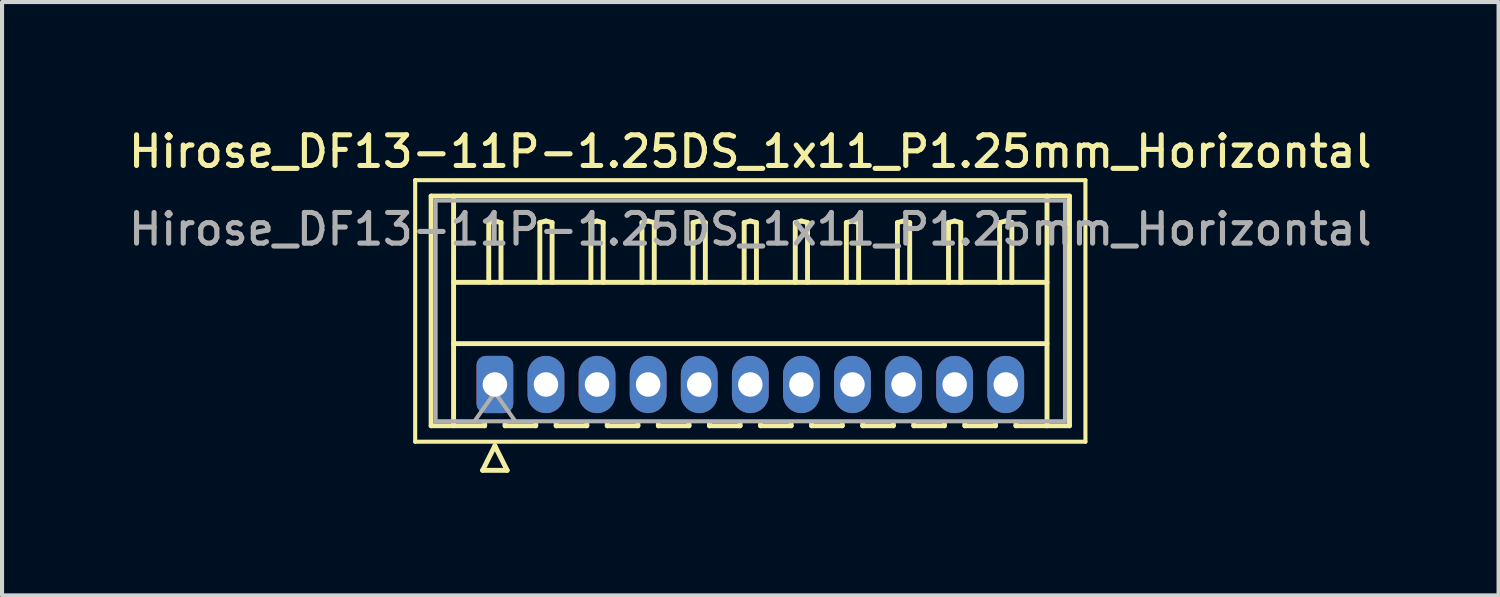
<source format=kicad_pcb>
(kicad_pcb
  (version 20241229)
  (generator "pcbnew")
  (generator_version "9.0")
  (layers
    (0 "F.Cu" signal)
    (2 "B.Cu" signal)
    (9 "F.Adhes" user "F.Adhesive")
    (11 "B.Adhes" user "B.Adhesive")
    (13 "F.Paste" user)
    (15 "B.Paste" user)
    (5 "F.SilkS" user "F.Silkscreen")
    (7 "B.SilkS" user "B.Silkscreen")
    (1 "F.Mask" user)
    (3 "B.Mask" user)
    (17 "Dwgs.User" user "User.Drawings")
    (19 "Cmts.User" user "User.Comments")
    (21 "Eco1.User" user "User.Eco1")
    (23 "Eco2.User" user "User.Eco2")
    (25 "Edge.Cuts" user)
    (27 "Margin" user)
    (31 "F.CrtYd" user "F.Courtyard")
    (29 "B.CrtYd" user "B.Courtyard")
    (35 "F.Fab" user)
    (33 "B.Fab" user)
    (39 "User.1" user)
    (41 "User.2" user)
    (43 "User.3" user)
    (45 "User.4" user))
  (footprint "Hirose_DF13-11P-1.25DS_1x11_P1.25mm_Horizontal"
    (layer "F.Cu")
    (at 9.059 6.358)
    (property "Reference" "Hirose_DF13-11P-1.25DS_1x11_P1.25mm_Horizontal" (at 6.25 -5.7 0) (layer "F.SilkS") (effects (font (size 0.75 0.75) (thickness 0.125))))
    (attr through_hole)
    (fp_line (start -1.95 -5) (end -1.95 1.4) (stroke (width 0.1) (type solid)) (layer "F.SilkS"))
    (fp_line (start -1.95 1.4) (end 14.45 1.4) (stroke (width 0.1) (type solid)) (layer "F.SilkS"))
    (fp_line (start -1.56 -4.61) (end 14.06 -4.61) (stroke (width 0.12) (type solid)) (layer "F.SilkS"))
    (fp_line (start -1.56 1.01) (end -1.56 -4.61) (stroke (width 0.12) (type solid)) (layer "F.SilkS"))
    (fp_line (start -1.01 -4.61) (end -1.01 1.01) (stroke (width 0.12) (type solid)) (layer "F.SilkS"))
    (fp_line (start -1.01 -2.5) (end 13.51 -2.5) (stroke (width 0.12) (type solid)) (layer "F.SilkS"))
    (fp_line (start -1.01 -1) (end 13.51 -1) (stroke (width 0.12) (type solid)) (layer "F.SilkS"))
    (fp_line (start -0.3 2.1) (end 0.3 2.1) (stroke (width 0.12) (type solid)) (layer "F.SilkS"))
    (fp_line (start -0.25 0.96) (end -0.25 1.01) (stroke (width 0.12) (type solid)) (layer "F.SilkS"))
    (fp_line (start -0.25 1.01) (end -1.56 1.01) (stroke (width 0.12) (type solid)) (layer "F.SilkS"))
    (fp_line (start -0.15 -3.962) (end 0 -4) (stroke (width 0.12) (type solid)) (layer "F.SilkS"))
    (fp_line (start -0.15 -2.5) (end -0.15 -3.962) (stroke (width 0.12) (type solid)) (layer "F.SilkS"))
    (fp_line (start 0 -4) (end 0.15 -3.962) (stroke (width 0.12) (type solid)) (layer "F.SilkS"))
    (fp_line (start 0 1.5) (end -0.3 2.1) (stroke (width 0.12) (type solid)) (layer "F.SilkS"))
    (fp_line (start 0.15 -3.962) (end 0.15 -2.5) (stroke (width 0.12) (type solid)) (layer "F.SilkS"))
    (fp_line (start 0.25 0.96) (end 0.25 1.01) (stroke (width 0.12) (type solid)) (layer "F.SilkS"))
    (fp_line (start 0.25 1.01) (end 1 1.01) (stroke (width 0.12) (type solid)) (layer "F.SilkS"))
    (fp_line (start 0.3 2.1) (end 0 1.5) (stroke (width 0.12) (type solid)) (layer "F.SilkS"))
    (fp_line (start 1 1.01) (end 1 0.96) (stroke (width 0.12) (type solid)) (layer "F.SilkS"))
    (fp_line (start 1.1 -3.962) (end 1.25 -4) (stroke (width 0.12) (type solid)) (layer "F.SilkS"))
    (fp_line (start 1.1 -2.5) (end 1.1 -3.962) (stroke (width 0.12) (type solid)) (layer "F.SilkS"))
    (fp_line (start 1.25 -4) (end 1.4 -3.962) (stroke (width 0.12) (type solid)) (layer "F.SilkS"))
    (fp_line (start 1.4 -3.962) (end 1.4 -2.5) (stroke (width 0.12) (type solid)) (layer "F.SilkS"))
    (fp_line (start 1.5 0.96) (end 1.5 1.01) (stroke (width 0.12) (type solid)) (layer "F.SilkS"))
    (fp_line (start 1.5 1.01) (end 2.25 1.01) (stroke (width 0.12) (type solid)) (layer "F.SilkS"))
    (fp_line (start 2.25 1.01) (end 2.25 0.96) (stroke (width 0.12) (type solid)) (layer "F.SilkS"))
    (fp_line (start 2.35 -3.962) (end 2.5 -4) (stroke (width 0.12) (type solid)) (layer "F.SilkS"))
    (fp_line (start 2.35 -2.5) (end 2.35 -3.962) (stroke (width 0.12) (type solid)) (layer "F.SilkS"))
    (fp_line (start 2.5 -4) (end 2.65 -3.962) (stroke (width 0.12) (type solid)) (layer "F.SilkS"))
    (fp_line (start 2.65 -3.962) (end 2.65 -2.5) (stroke (width 0.12) (type solid)) (layer "F.SilkS"))
    (fp_line (start 2.75 0.96) (end 2.75 1.01) (stroke (width 0.12) (type solid)) (layer "F.SilkS"))
    (fp_line (start 2.75 1.01) (end 3.5 1.01) (stroke (width 0.12) (type solid)) (layer "F.SilkS"))
    (fp_line (start 3.5 1.01) (end 3.5 0.96) (stroke (width 0.12) (type solid)) (layer "F.SilkS"))
    (fp_line (start 3.6 -3.962) (end 3.75 -4) (stroke (width 0.12) (type solid)) (layer "F.SilkS"))
    (fp_line (start 3.6 -2.5) (end 3.6 -3.962) (stroke (width 0.12) (type solid)) (layer "F.SilkS"))
    (fp_line (start 3.75 -4) (end 3.9 -3.962) (stroke (width 0.12) (type solid)) (layer "F.SilkS"))
    (fp_line (start 3.9 -3.962) (end 3.9 -2.5) (stroke (width 0.12) (type solid)) (layer "F.SilkS"))
    (fp_line (start 4 0.96) (end 4 1.01) (stroke (width 0.12) (type solid)) (layer "F.SilkS"))
    (fp_line (start 4 1.01) (end 4.75 1.01) (stroke (width 0.12) (type solid)) (layer "F.SilkS"))
    (fp_line (start 4.75 1.01) (end 4.75 0.96) (stroke (width 0.12) (type solid)) (layer "F.SilkS"))
    (fp_line (start 4.85 -3.962) (end 5 -4) (stroke (width 0.12) (type solid)) (layer "F.SilkS"))
    (fp_line (start 4.85 -2.5) (end 4.85 -3.962) (stroke (width 0.12) (type solid)) (layer "F.SilkS"))
    (fp_line (start 5 -4) (end 5.15 -3.962) (stroke (width 0.12) (type solid)) (layer "F.SilkS"))
    (fp_line (start 5.15 -3.962) (end 5.15 -2.5) (stroke (width 0.12) (type solid)) (layer "F.SilkS"))
    (fp_line (start 5.25 0.96) (end 5.25 1.01) (stroke (width 0.12) (type solid)) (layer "F.SilkS"))
    (fp_line (start 5.25 1.01) (end 6 1.01) (stroke (width 0.12) (type solid)) (layer "F.SilkS"))
    (fp_line (start 6 1.01) (end 6 0.96) (stroke (width 0.12) (type solid)) (layer "F.SilkS"))
    (fp_line (start 6.1 -3.962) (end 6.25 -4) (stroke (width 0.12) (type solid)) (layer "F.SilkS"))
    (fp_line (start 6.1 -2.5) (end 6.1 -3.962) (stroke (width 0.12) (type solid)) (layer "F.SilkS"))
    (fp_line (start 6.25 -4) (end 6.4 -3.962) (stroke (width 0.12) (type solid)) (layer "F.SilkS"))
    (fp_line (start 6.4 -3.962) (end 6.4 -2.5) (stroke (width 0.12) (type solid)) (layer "F.SilkS"))
    (fp_line (start 6.5 0.96) (end 6.5 1.01) (stroke (width 0.12) (type solid)) (layer "F.SilkS"))
    (fp_line (start 6.5 1.01) (end 7.25 1.01) (stroke (width 0.12) (type solid)) (layer "F.SilkS"))
    (fp_line (start 7.25 1.01) (end 7.25 0.96) (stroke (width 0.12) (type solid)) (layer "F.SilkS"))
    (fp_line (start 7.35 -3.962) (end 7.5 -4) (stroke (width 0.12) (type solid)) (layer "F.SilkS"))
    (fp_line (start 7.35 -2.5) (end 7.35 -3.962) (stroke (width 0.12) (type solid)) (layer "F.SilkS"))
    (fp_line (start 7.5 -4) (end 7.65 -3.962) (stroke (width 0.12) (type solid)) (layer "F.SilkS"))
    (fp_line (start 7.65 -3.962) (end 7.65 -2.5) (stroke (width 0.12) (type solid)) (layer "F.SilkS"))
    (fp_line (start 7.75 0.96) (end 7.75 1.01) (stroke (width 0.12) (type solid)) (layer "F.SilkS"))
    (fp_line (start 7.75 1.01) (end 8.5 1.01) (stroke (width 0.12) (type solid)) (layer "F.SilkS"))
    (fp_line (start 8.5 1.01) (end 8.5 0.96) (stroke (width 0.12) (type solid)) (layer "F.SilkS"))
    (fp_line (start 8.6 -3.962) (end 8.75 -4) (stroke (width 0.12) (type solid)) (layer "F.SilkS"))
    (fp_line (start 8.6 -2.5) (end 8.6 -3.962) (stroke (width 0.12) (type solid)) (layer "F.SilkS"))
    (fp_line (start 8.75 -4) (end 8.9 -3.962) (stroke (width 0.12) (type solid)) (layer "F.SilkS"))
    (fp_line (start 8.9 -3.962) (end 8.9 -2.5) (stroke (width 0.12) (type solid)) (layer "F.SilkS"))
    (fp_line (start 9 0.96) (end 9 1.01) (stroke (width 0.12) (type solid)) (layer "F.SilkS"))
    (fp_line (start 9 1.01) (end 9.75 1.01) (stroke (width 0.12) (type solid)) (layer "F.SilkS"))
    (fp_line (start 9.75 1.01) (end 9.75 0.96) (stroke (width 0.12) (type solid)) (layer "F.SilkS"))
    (fp_line (start 9.85 -3.962) (end 10 -4) (stroke (width 0.12) (type solid)) (layer "F.SilkS"))
    (fp_line (start 9.85 -2.5) (end 9.85 -3.962) (stroke (width 0.12) (type solid)) (layer "F.SilkS"))
    (fp_line (start 10 -4) (end 10.15 -3.962) (stroke (width 0.12) (type solid)) (layer "F.SilkS"))
    (fp_line (start 10.15 -3.962) (end 10.15 -2.5) (stroke (width 0.12) (type solid)) (layer "F.SilkS"))
    (fp_line (start 10.25 0.96) (end 10.25 1.01) (stroke (width 0.12) (type solid)) (layer "F.SilkS"))
    (fp_line (start 10.25 1.01) (end 11 1.01) (stroke (width 0.12) (type solid)) (layer "F.SilkS"))
    (fp_line (start 11 1.01) (end 11 0.96) (stroke (width 0.12) (type solid)) (layer "F.SilkS"))
    (fp_line (start 11.1 -3.962) (end 11.25 -4) (stroke (width 0.12) (type solid)) (layer "F.SilkS"))
    (fp_line (start 11.1 -2.5) (end 11.1 -3.962) (stroke (width 0.12) (type solid)) (layer "F.SilkS"))
    (fp_line (start 11.25 -4) (end 11.4 -3.962) (stroke (width 0.12) (type solid)) (layer "F.SilkS"))
    (fp_line (start 11.4 -3.962) (end 11.4 -2.5) (stroke (width 0.12) (type solid)) (layer "F.SilkS"))
    (fp_line (start 11.5 0.96) (end 11.5 1.01) (stroke (width 0.12) (type solid)) (layer "F.SilkS"))
    (fp_line (start 11.5 1.01) (end 12.25 1.01) (stroke (width 0.12) (type solid)) (layer "F.SilkS"))
    (fp_line (start 12.25 1.01) (end 12.25 0.96) (stroke (width 0.12) (type solid)) (layer "F.SilkS"))
    (fp_line (start 12.35 -3.962) (end 12.5 -4) (stroke (width 0.12) (type solid)) (layer "F.SilkS"))
    (fp_line (start 12.35 -2.5) (end 12.35 -3.962) (stroke (width 0.12) (type solid)) (layer "F.SilkS"))
    (fp_line (start 12.5 -4) (end 12.65 -3.962) (stroke (width 0.12) (type solid)) (layer "F.SilkS"))
    (fp_line (start 12.65 -3.962) (end 12.65 -2.5) (stroke (width 0.12) (type solid)) (layer "F.SilkS"))
    (fp_line (start 12.75 1.01) (end 12.75 0.96) (stroke (width 0.12) (type solid)) (layer "F.SilkS"))
    (fp_line (start 13.51 -4.61) (end 13.51 1.01) (stroke (width 0.12) (type solid)) (layer "F.SilkS"))
    (fp_line (start 14.06 -4.61) (end 14.06 1.01) (stroke (width 0.12) (type solid)) (layer "F.SilkS"))
    (fp_line (start 14.06 1.01) (end 12.75 1.01) (stroke (width 0.12) (type solid)) (layer "F.SilkS"))
    (fp_line (start 14.45 -5) (end -1.95 -5) (stroke (width 0.1) (type solid)) (layer "F.SilkS"))
    (fp_line (start 14.45 1.4) (end 14.45 -5) (stroke (width 0.1) (type solid)) (layer "F.SilkS"))
    (fp_line (start -1.45 -4.5) (end -1.45 0.9) (stroke (width 0.1) (type solid)) (layer "F.Fab"))
    (fp_line (start -1.45 0.9) (end 13.95 0.9) (stroke (width 0.1) (type solid)) (layer "F.Fab"))
    (fp_line (start -0.5 0.9) (end 0 0.193) (stroke (width 0.1) (type solid)) (layer "F.Fab"))
    (fp_line (start 0 0.193) (end 0.5 0.9) (stroke (width 0.1) (type solid)) (layer "F.Fab"))
    (fp_line (start 13.95 -4.5) (end -1.45 -4.5) (stroke (width 0.1) (type solid)) (layer "F.Fab"))
    (fp_line (start 13.95 0.9) (end 13.95 -4.5) (stroke (width 0.1) (type solid)) (layer "F.Fab"))
    (fp_text user "${REFERENCE}" (at 6.25 -3.8 0) (layer "F.Fab") (effects (font (size 0.75 0.75) (thickness 0.125))))
    (pad "1" thru_hole roundrect (at 0 0) (size 0.9 1.4) (drill 0.6) (layers "*.Cu" "*.Mask") (roundrect_rratio 0.25))
    (pad "2" thru_hole oval (at 1.25 0) (size 0.9 1.4) (drill 0.6) (layers "*.Cu" "*.Mask"))
    (pad "3" thru_hole oval (at 2.5 0) (size 0.9 1.4) (drill 0.6) (layers "*.Cu" "*.Mask"))
    (pad "4" thru_hole oval (at 3.75 0) (size 0.9 1.4) (drill 0.6) (layers "*.Cu" "*.Mask"))
    (pad "5" thru_hole oval (at 5 0) (size 0.9 1.4) (drill 0.6) (layers "*.Cu" "*.Mask"))
    (pad "6" thru_hole oval (at 6.25 0) (size 0.9 1.4) (drill 0.6) (layers "*.Cu" "*.Mask"))
    (pad "7" thru_hole oval (at 7.5 0) (size 0.9 1.4) (drill 0.6) (layers "*.Cu" "*.Mask"))
    (pad "8" thru_hole oval (at 8.75 0) (size 0.9 1.4) (drill 0.6) (layers "*.Cu" "*.Mask"))
    (pad "9" thru_hole oval (at 10 0) (size 0.9 1.4) (drill 0.6) (layers "*.Cu" "*.Mask"))
    (pad "10" thru_hole oval (at 11.25 0) (size 0.9 1.4) (drill 0.6) (layers "*.Cu" "*.Mask"))
    (pad "11" thru_hole oval (at 12.5 0) (size 0.9 1.4) (drill 0.6) (layers "*.Cu" "*.Mask")))
  (gr_rect
    (start -3 -3)
    (end 33.618 11.518)
    (stroke (width 0.1) (type default))
    (fill no)
    (layer "Edge.Cuts")))
</source>
